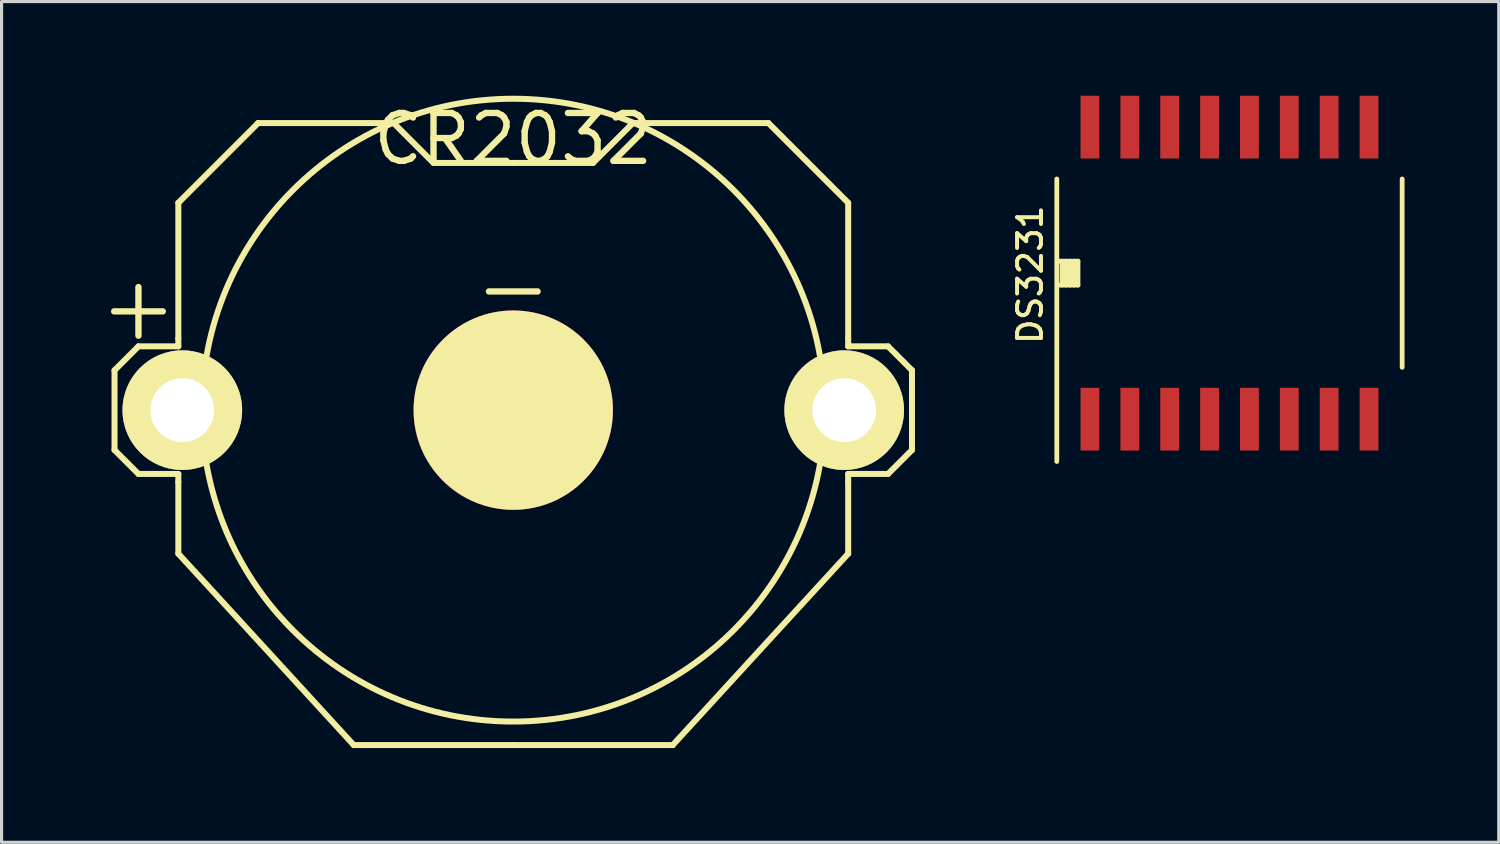
<source format=kicad_pcb>
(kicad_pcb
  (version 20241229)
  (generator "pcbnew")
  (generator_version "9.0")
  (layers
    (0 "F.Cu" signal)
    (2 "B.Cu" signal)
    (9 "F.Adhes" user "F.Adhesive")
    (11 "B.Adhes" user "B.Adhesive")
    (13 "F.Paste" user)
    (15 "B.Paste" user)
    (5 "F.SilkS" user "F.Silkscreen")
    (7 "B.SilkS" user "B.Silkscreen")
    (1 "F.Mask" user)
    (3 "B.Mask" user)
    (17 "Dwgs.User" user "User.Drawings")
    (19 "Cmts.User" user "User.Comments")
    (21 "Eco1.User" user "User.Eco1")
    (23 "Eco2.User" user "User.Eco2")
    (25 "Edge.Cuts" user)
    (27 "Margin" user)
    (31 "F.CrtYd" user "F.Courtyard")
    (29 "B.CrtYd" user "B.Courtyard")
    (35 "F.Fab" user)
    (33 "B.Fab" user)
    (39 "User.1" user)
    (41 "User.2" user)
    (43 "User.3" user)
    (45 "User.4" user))
  (footprint "CR2032"
    (layer "F.Cu")
    (at 13.298 10.014)
    (property "Reference" "CR2032" (at 0 -8.636 0) (layer "F.SilkS") (effects (font (size 1.524 1.524) (thickness 0.203))))
    (attr smd)
    (fp_line (start -12.7 -1.27) (end -11.938 -2.032) (stroke (width 0.191) (type solid)) (layer "F.SilkS"))
    (fp_line (start -12.7 1.27) (end -12.7 -1.27) (stroke (width 0.191) (type solid)) (layer "F.SilkS"))
    (fp_line (start -11.938 -2.032) (end -10.668 -2.032) (stroke (width 0.191) (type solid)) (layer "F.SilkS"))
    (fp_line (start -11.938 2.032) (end -12.7 1.27) (stroke (width 0.191) (type solid)) (layer "F.SilkS"))
    (fp_line (start -10.668 -6.604) (end -10.668 -2.286) (stroke (width 0.191) (type solid)) (layer "F.SilkS"))
    (fp_line (start -10.668 -2.032) (end -10.668 -2.286) (stroke (width 0.191) (type solid)) (layer "F.SilkS"))
    (fp_line (start -10.668 2.032) (end -11.938 2.032) (stroke (width 0.191) (type solid)) (layer "F.SilkS"))
    (fp_line (start -10.668 2.286) (end -10.668 2.032) (stroke (width 0.191) (type solid)) (layer "F.SilkS"))
    (fp_line (start -10.668 4.572) (end -10.668 2.286) (stroke (width 0.191) (type solid)) (layer "F.SilkS"))
    (fp_line (start -8.128 -9.144) (end -10.668 -6.604) (stroke (width 0.191) (type solid)) (layer "F.SilkS"))
    (fp_line (start -8.128 -9.144) (end -3.81 -9.144) (stroke (width 0.191) (type solid)) (layer "F.SilkS"))
    (fp_line (start -5.08 10.668) (end -10.668 4.572) (stroke (width 0.191) (type solid)) (layer "F.SilkS"))
    (fp_line (start -2.54 -7.874) (end -3.81 -9.144) (stroke (width 0.191) (type solid)) (layer "F.SilkS"))
    (fp_line (start 0 -7.874) (end -2.54 -7.874) (stroke (width 0.191) (type solid)) (layer "F.SilkS"))
    (fp_line (start 0 -7.874) (end 2.54 -7.874) (stroke (width 0.191) (type solid)) (layer "F.SilkS"))
    (fp_line (start 0 10.668) (end -5.08 10.668) (stroke (width 0.191) (type solid)) (layer "F.SilkS"))
    (fp_line (start 0 10.668) (end 5.08 10.668) (stroke (width 0.191) (type solid)) (layer "F.SilkS"))
    (fp_line (start 2.54 -7.874) (end 3.81 -9.144) (stroke (width 0.191) (type solid)) (layer "F.SilkS"))
    (fp_line (start 3.81 -9.144) (end 8.128 -9.144) (stroke (width 0.191) (type solid)) (layer "F.SilkS"))
    (fp_line (start 8.128 -9.144) (end 10.668 -6.604) (stroke (width 0.191) (type solid)) (layer "F.SilkS"))
    (fp_line (start 10.668 -6.604) (end 10.668 -2.286) (stroke (width 0.191) (type solid)) (layer "F.SilkS"))
    (fp_line (start 10.668 -2.286) (end 10.668 -2.032) (stroke (width 0.191) (type solid)) (layer "F.SilkS"))
    (fp_line (start 10.668 -2.032) (end 11.938 -2.032) (stroke (width 0.191) (type solid)) (layer "F.SilkS"))
    (fp_line (start 10.668 2.032) (end 10.668 2.286) (stroke (width 0.191) (type solid)) (layer "F.SilkS"))
    (fp_line (start 10.668 4.572) (end 5.08 10.668) (stroke (width 0.191) (type solid)) (layer "F.SilkS"))
    (fp_line (start 10.668 4.572) (end 10.668 2.286) (stroke (width 0.191) (type solid)) (layer "F.SilkS"))
    (fp_line (start 11.938 -2.032) (end 12.7 -1.27) (stroke (width 0.191) (type solid)) (layer "F.SilkS"))
    (fp_line (start 11.938 2.032) (end 10.668 2.032) (stroke (width 0.191) (type solid)) (layer "F.SilkS"))
    (fp_line (start 12.7 -1.27) (end 12.7 1.27) (stroke (width 0.191) (type solid)) (layer "F.SilkS"))
    (fp_line (start 12.7 1.27) (end 11.938 2.032) (stroke (width 0.191) (type solid)) (layer "F.SilkS"))
    (fp_circle (center 0 0) (end 9.906 -0.508) (stroke (width 0.191) (type solid)) (fill no) (layer "F.SilkS"))
    (fp_text user "-" (at 0 -3.937 0) (layer "F.SilkS") (effects (font (size 2.032 2.032) (thickness 0.203))))
    (fp_text user "+" (at -11.938 -3.302 0) (layer "F.SilkS") (effects (font (size 2.032 2.032) (thickness 0.203))))
    (pad "1" thru_hole circle (at -10.541 0) (size 3.81 3.81) (drill 2.032) (layers "*.Cu" "*.Mask" "F.SilkS"))
    (pad "1" thru_hole circle (at 10.541 0) (size 3.81 3.81) (drill 2.032) (layers "*.Cu" "*.Mask" "F.SilkS"))
    (pad "2" smd circle (at 0 0) (size 6.35 6.35) (layers "F.Cu" "F.Mask" "F.SilkS" "F.Adhes" "F.Paste")))
  (footprint "DS3231"
    (layer "F.Cu")
    (at 36.111 5.65)
    (property "Reference" "DS3231" (at -6.35 0.05 90) (layer "F.SilkS") (effects (font (size 0.762 0.762) (thickness 0.127))))
    (attr smd)
    (fp_line (start -5.5 -3) (end -5.5 6) (stroke (width 0.152) (type solid)) (layer "F.SilkS"))
    (fp_line (start -5.461 -0.381) (end -4.826 -0.381) (stroke (width 0.152) (type solid)) (layer "F.SilkS"))
    (fp_line (start -5.461 0.381) (end -4.826 0.381) (stroke (width 0.152) (type solid)) (layer "F.SilkS"))
    (fp_line (start -5.334 -0.381) (end -5.334 0.381) (stroke (width 0.152) (type solid)) (layer "F.SilkS"))
    (fp_line (start -5.207 -0.381) (end -5.207 0.381) (stroke (width 0.152) (type solid)) (layer "F.SilkS"))
    (fp_line (start -5.08 -0.381) (end -5.08 0.381) (stroke (width 0.152) (type solid)) (layer "F.SilkS"))
    (fp_line (start -4.953 -0.381) (end -4.953 0.381) (stroke (width 0.152) (type solid)) (layer "F.SilkS"))
    (fp_line (start -4.826 -0.381) (end -4.826 0.381) (stroke (width 0.152) (type solid)) (layer "F.SilkS"))
    (fp_line (start 5.5 3) (end 5.5 -3) (stroke (width 0.152) (type solid)) (layer "F.SilkS"))
    (pad "1" smd rect (at -4.445 4.651) (size 0.599 1.999) (layers "F.Cu" "F.Mask" "F.Paste"))
    (pad "2" smd rect (at -3.175 4.651) (size 0.599 1.999) (layers "F.Cu" "F.Mask" "F.Paste"))
    (pad "3" smd rect (at -1.905 4.651) (size 0.599 1.999) (layers "F.Cu" "F.Mask" "F.Paste"))
    (pad "4" smd rect (at -0.635 4.651) (size 0.599 1.999) (layers "F.Cu" "F.Mask" "F.Paste"))
    (pad "5" smd rect (at 0.635 4.651) (size 0.599 1.999) (layers "F.Cu" "F.Mask" "F.Paste"))
    (pad "6" smd rect (at 1.905 4.651) (size 0.599 1.999) (layers "F.Cu" "F.Mask" "F.Paste"))
    (pad "7" smd rect (at 3.175 4.651) (size 0.599 1.999) (layers "F.Cu" "F.Mask" "F.Paste"))
    (pad "8" smd rect (at 4.445 4.651) (size 0.599 1.999) (layers "F.Cu" "F.Mask" "F.Paste"))
    (pad "9" smd rect (at 4.445 -4.651) (size 0.599 1.999) (layers "F.Cu" "F.Mask" "F.Paste"))
    (pad "10" smd rect (at 3.175 -4.651) (size 0.599 1.999) (layers "F.Cu" "F.Mask" "F.Paste"))
    (pad "11" smd rect (at 1.905 -4.651) (size 0.599 1.999) (layers "F.Cu" "F.Mask" "F.Paste"))
    (pad "12" smd rect (at 0.635 -4.651) (size 0.599 1.999) (layers "F.Cu" "F.Mask" "F.Paste"))
    (pad "13" smd rect (at -0.635 -4.651) (size 0.599 1.999) (layers "F.Cu" "F.Mask" "F.Paste"))
    (pad "14" smd rect (at -1.905 -4.651) (size 0.599 1.999) (layers "F.Cu" "F.Mask" "F.Paste"))
    (pad "15" smd rect (at -3.175 -4.651) (size 0.599 1.999) (layers "F.Cu" "F.Mask" "F.Paste"))
    (pad "16" smd rect (at -4.445 -4.651) (size 0.599 1.999) (layers "F.Cu" "F.Mask" "F.Paste")))
  (gr_rect
    (start -3 -3)
    (end 44.688 23.778)
    (stroke (width 0.1) (type default))
    (fill no)
    (layer "Edge.Cuts")))
</source>
